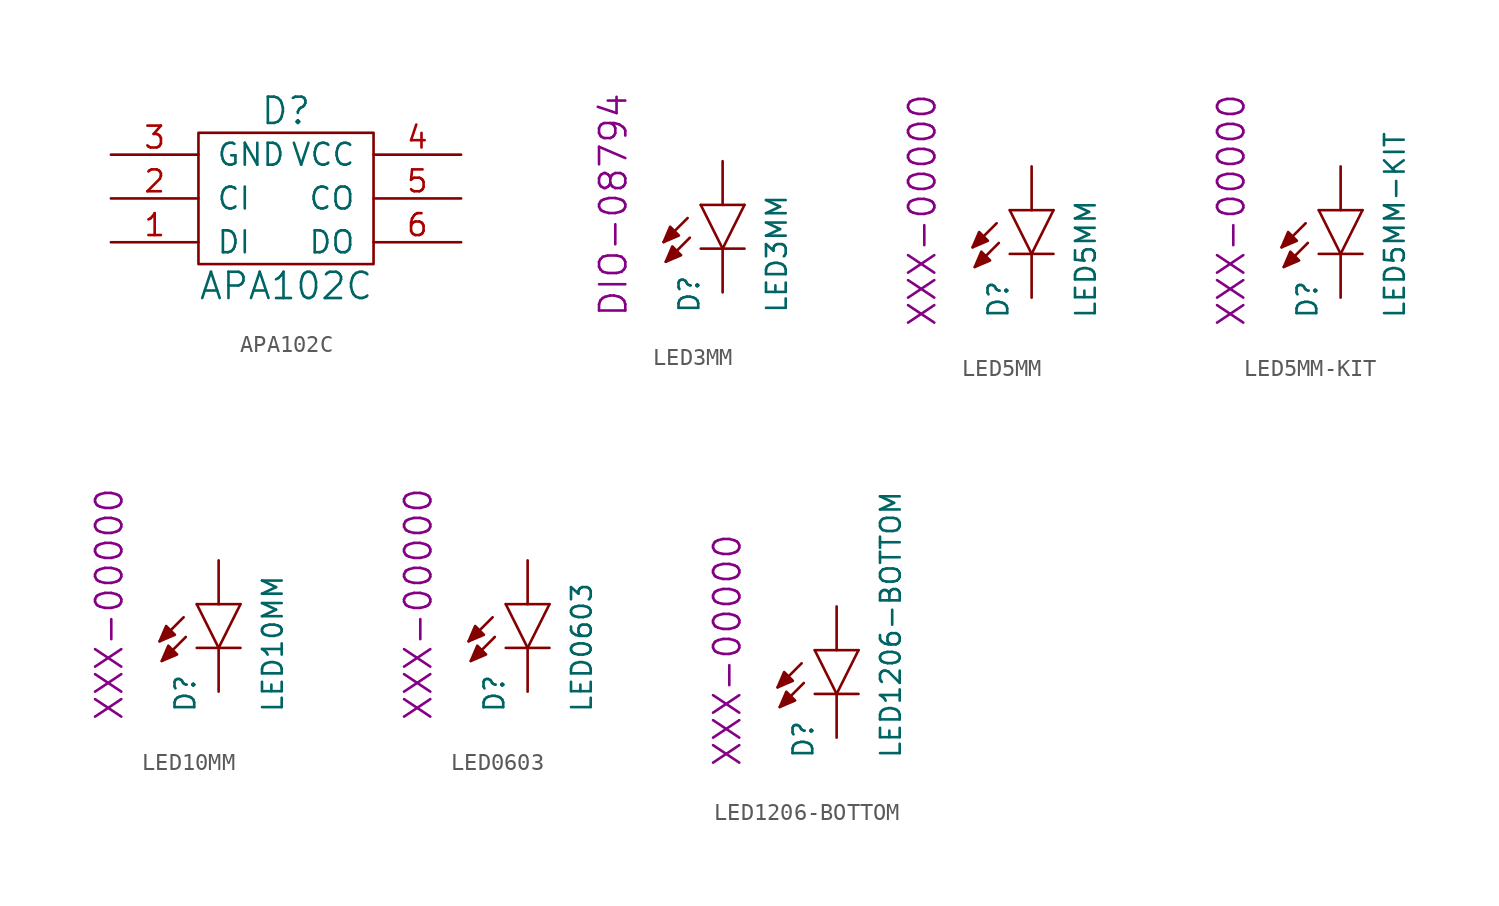
<source format=kicad_sym>
(kicad_symbol_lib
  (version 20211014)
  (generator kicad_symbol_editor)
  (symbol "APA102C"
    (pin_names
      (offset 1.016))
    (property "Reference" "D"
      (at 0 5.08 0)
      (effects (font (size 1.524 1.524))))
    (property "Value" "APA102C"
      (at 0 -5.08 0)
      (effects (font (size 1.524 1.524))))
    (symbol "APA102C_0_1"
      (rectangle (start -5.08 3.81) (end 5.08 -3.81) (stroke (width 0) (type default) (color 0 0 0 0)) (fill (type none))))
    (symbol "APA102C_1_1"
      (pin input line (at -10.16 -2.54 0) (length 5.08) (name "DI" (effects (font (size 1.27 1.27)))) (number "1" (effects (font (size 1.27 1.27)))))
      (pin input line (at -10.16 0 0) (length 5.08) (name "CI" (effects (font (size 1.27 1.27)))) (number "2" (effects (font (size 1.27 1.27)))))
      (pin power_out line (at -10.16 2.54 0) (length 5.08) (name "GND" (effects (font (size 1.27 1.27)))) (number "3" (effects (font (size 1.27 1.27)))))
      (pin power_in line (at 10.16 2.54 180) (length 5.08) (name "VCC" (effects (font (size 1.27 1.27)))) (number "4" (effects (font (size 1.27 1.27)))))
      (pin output line (at 10.16 0 180) (length 5.08) (name "CO" (effects (font (size 1.27 1.27)))) (number "5" (effects (font (size 1.27 1.27)))))
      (pin output line (at 10.16 -2.54 180) (length 5.08) (name "DO" (effects (font (size 1.27 1.27)))) (number "6" (effects (font (size 1.27 1.27)))))))
  (symbol "LED3MM"
    (pin_numbers hide)
    (pin_names
      (offset 1.016) hide)
    (property "Reference" "D"
      (at -1.27 -6.35 90)
      (effects (font (size 1.143 1.143)) (justify left bottom)))
    (property "Value" "LED3MM"
      (at 3.81 -6.35 90)
      (effects (font (size 1.143 1.143)) (justify left bottom)))
    (property "Field4" "DIO-08794"
      (at -6.35 0 90)
      (effects (font (size 1.524 1.524))))
    (property "ki_locked" ""
      (at 0 0 0)
      (effects (font (size 1.27 1.27))))
    (symbol "LED3MM_1_0"
      (polyline (pts (xy -2.032 -0.762) (xy -3.429 -2.159)) (stroke (width 0) (type default) (color 0 0 0 0)) (fill (type none)))
      (polyline (pts (xy -1.905 -1.905) (xy -3.302 -3.302)) (stroke (width 0) (type default) (color 0 0 0 0)) (fill (type none)))
      (polyline (pts (xy 0 -2.54) (xy -1.27 -2.54)) (stroke (width 0) (type default) (color 0 0 0 0)) (fill (type none)))
      (polyline (pts (xy 0 -2.54) (xy -1.27 0)) (stroke (width 0) (type default) (color 0 0 0 0)) (fill (type none)))
      (polyline (pts (xy 1.27 -2.54) (xy 0 -2.54)) (stroke (width 0) (type default) (color 0 0 0 0)) (fill (type none)))
      (polyline (pts (xy 1.27 0) (xy -1.27 0)) (stroke (width 0) (type default) (color 0 0 0 0)) (fill (type none)))
      (polyline (pts (xy 1.27 0) (xy 0 -2.54)) (stroke (width 0) (type default) (color 0 0 0 0)) (fill (type none))))
    (symbol "LED3MM_1_1"
      (polyline (pts (xy -3.429 -2.159) (xy -3.048 -1.27) (xy -3.048 -1.27) (xy -2.54 -1.778) (xy -2.54 -1.778) (xy -3.429 -2.159)) (stroke (width 0) (type default) (color 0 0 0 0)) (fill (type outline)))
      (polyline (pts (xy -3.302 -3.302) (xy -2.921 -2.413) (xy -2.921 -2.413) (xy -2.413 -2.921) (xy -2.413 -2.921) (xy -3.302 -3.302)) (stroke (width 0) (type default) (color 0 0 0 0)) (fill (type outline)))
      (pin passive line (at 0 2.54 270) (length 2.54) (name "A" (effects (font (size 1.016 1.016)))) (number "A" (effects (font (size 1.016 1.016)))))
      (pin passive line (at 0 -5.08 90) (length 2.54) (name "C" (effects (font (size 1.016 1.016)))) (number "K" (effects (font (size 1.016 1.016)))))))
  (symbol "LED5MM"
    (pin_numbers hide)
    (pin_names
      (offset 1.016) hide)
    (property "Reference" "D"
      (at -1.27 -6.35 90)
      (effects (font (size 1.143 1.143)) (justify left bottom)))
    (property "Value" "LED5MM"
      (at 3.81 -6.35 90)
      (effects (font (size 1.143 1.143)) (justify left bottom)))
    (property "Field4" "XXX-00000"
      (at -6.35 0 90)
      (effects (font (size 1.524 1.524))))
    (property "ki_locked" ""
      (at 0 0 0)
      (effects (font (size 1.27 1.27))))
    (symbol "LED5MM_1_0"
      (polyline (pts (xy -2.032 -0.762) (xy -3.429 -2.159)) (stroke (width 0) (type default) (color 0 0 0 0)) (fill (type none)))
      (polyline (pts (xy -1.905 -1.905) (xy -3.302 -3.302)) (stroke (width 0) (type default) (color 0 0 0 0)) (fill (type none)))
      (polyline (pts (xy 0 -2.54) (xy -1.27 -2.54)) (stroke (width 0) (type default) (color 0 0 0 0)) (fill (type none)))
      (polyline (pts (xy 0 -2.54) (xy -1.27 0)) (stroke (width 0) (type default) (color 0 0 0 0)) (fill (type none)))
      (polyline (pts (xy 1.27 -2.54) (xy 0 -2.54)) (stroke (width 0) (type default) (color 0 0 0 0)) (fill (type none)))
      (polyline (pts (xy 1.27 0) (xy -1.27 0)) (stroke (width 0) (type default) (color 0 0 0 0)) (fill (type none)))
      (polyline (pts (xy 1.27 0) (xy 0 -2.54)) (stroke (width 0) (type default) (color 0 0 0 0)) (fill (type none))))
    (symbol "LED5MM_1_1"
      (polyline (pts (xy -3.429 -2.159) (xy -3.048 -1.27) (xy -3.048 -1.27) (xy -2.54 -1.778) (xy -2.54 -1.778) (xy -3.429 -2.159)) (stroke (width 0) (type default) (color 0 0 0 0)) (fill (type outline)))
      (polyline (pts (xy -3.302 -3.302) (xy -2.921 -2.413) (xy -2.921 -2.413) (xy -2.413 -2.921) (xy -2.413 -2.921) (xy -3.302 -3.302)) (stroke (width 0) (type default) (color 0 0 0 0)) (fill (type outline)))
      (pin passive line (at 0 2.54 270) (length 2.54) (name "A" (effects (font (size 1.016 1.016)))) (number "A" (effects (font (size 1.016 1.016)))))
      (pin passive line (at 0 -5.08 90) (length 2.54) (name "C" (effects (font (size 1.016 1.016)))) (number "K" (effects (font (size 1.016 1.016)))))))
  (symbol "LED5MM-KIT"
    (pin_numbers hide)
    (pin_names
      (offset 1.016) hide)
    (property "Reference" "D"
      (at -1.27 -6.35 90)
      (effects (font (size 1.143 1.143)) (justify left bottom)))
    (property "Value" "LED5MM-KIT"
      (at 3.81 -6.35 90)
      (effects (font (size 1.143 1.143)) (justify left bottom)))
    (property "Field4" "XXX-00000"
      (at -6.35 0 90)
      (effects (font (size 1.524 1.524))))
    (property "ki_locked" ""
      (at 0 0 0)
      (effects (font (size 1.27 1.27))))
    (symbol "LED5MM-KIT_1_0"
      (polyline (pts (xy -2.032 -0.762) (xy -3.429 -2.159)) (stroke (width 0) (type default) (color 0 0 0 0)) (fill (type none)))
      (polyline (pts (xy -1.905 -1.905) (xy -3.302 -3.302)) (stroke (width 0) (type default) (color 0 0 0 0)) (fill (type none)))
      (polyline (pts (xy 0 -2.54) (xy -1.27 -2.54)) (stroke (width 0) (type default) (color 0 0 0 0)) (fill (type none)))
      (polyline (pts (xy 0 -2.54) (xy -1.27 0)) (stroke (width 0) (type default) (color 0 0 0 0)) (fill (type none)))
      (polyline (pts (xy 1.27 -2.54) (xy 0 -2.54)) (stroke (width 0) (type default) (color 0 0 0 0)) (fill (type none)))
      (polyline (pts (xy 1.27 0) (xy -1.27 0)) (stroke (width 0) (type default) (color 0 0 0 0)) (fill (type none)))
      (polyline (pts (xy 1.27 0) (xy 0 -2.54)) (stroke (width 0) (type default) (color 0 0 0 0)) (fill (type none))))
    (symbol "LED5MM-KIT_1_1"
      (polyline (pts (xy -3.429 -2.159) (xy -3.048 -1.27) (xy -3.048 -1.27) (xy -2.54 -1.778) (xy -2.54 -1.778) (xy -3.429 -2.159)) (stroke (width 0) (type default) (color 0 0 0 0)) (fill (type outline)))
      (polyline (pts (xy -3.302 -3.302) (xy -2.921 -2.413) (xy -2.921 -2.413) (xy -2.413 -2.921) (xy -2.413 -2.921) (xy -3.302 -3.302)) (stroke (width 0) (type default) (color 0 0 0 0)) (fill (type outline)))
      (pin passive line (at 0 2.54 270) (length 2.54) (name "A" (effects (font (size 1.016 1.016)))) (number "A" (effects (font (size 1.016 1.016)))))
      (pin passive line (at 0 -5.08 90) (length 2.54) (name "C" (effects (font (size 1.016 1.016)))) (number "K" (effects (font (size 1.016 1.016)))))))
  (symbol "LED10MM"
    (pin_numbers hide)
    (pin_names
      (offset 1.016) hide)
    (property "Reference" "D"
      (at -1.27 -6.35 90)
      (effects (font (size 1.143 1.143)) (justify left bottom)))
    (property "Value" "LED10MM"
      (at 3.81 -6.35 90)
      (effects (font (size 1.143 1.143)) (justify left bottom)))
    (property "Field4" "XXX-00000"
      (at -6.35 0 90)
      (effects (font (size 1.524 1.524))))
    (property "ki_locked" ""
      (at 0 0 0)
      (effects (font (size 1.27 1.27))))
    (symbol "LED10MM_1_0"
      (polyline (pts (xy -2.032 -0.762) (xy -3.429 -2.159)) (stroke (width 0) (type default) (color 0 0 0 0)) (fill (type none)))
      (polyline (pts (xy -1.905 -1.905) (xy -3.302 -3.302)) (stroke (width 0) (type default) (color 0 0 0 0)) (fill (type none)))
      (polyline (pts (xy 0 -2.54) (xy -1.27 -2.54)) (stroke (width 0) (type default) (color 0 0 0 0)) (fill (type none)))
      (polyline (pts (xy 0 -2.54) (xy -1.27 0)) (stroke (width 0) (type default) (color 0 0 0 0)) (fill (type none)))
      (polyline (pts (xy 1.27 -2.54) (xy 0 -2.54)) (stroke (width 0) (type default) (color 0 0 0 0)) (fill (type none)))
      (polyline (pts (xy 1.27 0) (xy -1.27 0)) (stroke (width 0) (type default) (color 0 0 0 0)) (fill (type none)))
      (polyline (pts (xy 1.27 0) (xy 0 -2.54)) (stroke (width 0) (type default) (color 0 0 0 0)) (fill (type none))))
    (symbol "LED10MM_1_1"
      (polyline (pts (xy -3.429 -2.159) (xy -3.048 -1.27) (xy -3.048 -1.27) (xy -2.54 -1.778) (xy -2.54 -1.778) (xy -3.429 -2.159)) (stroke (width 0) (type default) (color 0 0 0 0)) (fill (type outline)))
      (polyline (pts (xy -3.302 -3.302) (xy -2.921 -2.413) (xy -2.921 -2.413) (xy -2.413 -2.921) (xy -2.413 -2.921) (xy -3.302 -3.302)) (stroke (width 0) (type default) (color 0 0 0 0)) (fill (type outline)))
      (pin passive line (at 0 2.54 270) (length 2.54) (name "A" (effects (font (size 1.016 1.016)))) (number "A" (effects (font (size 1.016 1.016)))))
      (pin passive line (at 0 -5.08 90) (length 2.54) (name "C" (effects (font (size 1.016 1.016)))) (number "C" (effects (font (size 1.016 1.016)))))))
  (symbol "LED0603"
    (pin_numbers hide)
    (pin_names
      (offset 1.016) hide)
    (property "Reference" "D"
      (at -1.27 -6.35 90)
      (effects (font (size 1.143 1.143)) (justify left bottom)))
    (property "Value" "LED0603"
      (at 3.81 -6.35 90)
      (effects (font (size 1.143 1.143)) (justify left bottom)))
    (property "Field4" "XXX-00000"
      (at -6.35 0 90)
      (effects (font (size 1.524 1.524))))
    (property "ki_locked" ""
      (at 0 0 0)
      (effects (font (size 1.27 1.27))))
    (symbol "LED0603_1_0"
      (polyline (pts (xy -2.032 -0.762) (xy -3.429 -2.159)) (stroke (width 0) (type default) (color 0 0 0 0)) (fill (type none)))
      (polyline (pts (xy -1.905 -1.905) (xy -3.302 -3.302)) (stroke (width 0) (type default) (color 0 0 0 0)) (fill (type none)))
      (polyline (pts (xy 0 -2.54) (xy -1.27 -2.54)) (stroke (width 0) (type default) (color 0 0 0 0)) (fill (type none)))
      (polyline (pts (xy 0 -2.54) (xy -1.27 0)) (stroke (width 0) (type default) (color 0 0 0 0)) (fill (type none)))
      (polyline (pts (xy 1.27 -2.54) (xy 0 -2.54)) (stroke (width 0) (type default) (color 0 0 0 0)) (fill (type none)))
      (polyline (pts (xy 1.27 0) (xy -1.27 0)) (stroke (width 0) (type default) (color 0 0 0 0)) (fill (type none)))
      (polyline (pts (xy 1.27 0) (xy 0 -2.54)) (stroke (width 0) (type default) (color 0 0 0 0)) (fill (type none))))
    (symbol "LED0603_1_1"
      (polyline (pts (xy -3.429 -2.159) (xy -3.048 -1.27) (xy -3.048 -1.27) (xy -2.54 -1.778) (xy -2.54 -1.778) (xy -3.429 -2.159)) (stroke (width 0) (type default) (color 0 0 0 0)) (fill (type outline)))
      (polyline (pts (xy -3.302 -3.302) (xy -2.921 -2.413) (xy -2.921 -2.413) (xy -2.413 -2.921) (xy -2.413 -2.921) (xy -3.302 -3.302)) (stroke (width 0) (type default) (color 0 0 0 0)) (fill (type outline)))
      (pin passive line (at 0 2.54 270) (length 2.54) (name "A" (effects (font (size 1.016 1.016)))) (number "A" (effects (font (size 1.016 1.016)))))
      (pin passive line (at 0 -5.08 90) (length 2.54) (name "C" (effects (font (size 1.016 1.016)))) (number "C" (effects (font (size 1.016 1.016)))))))
  (symbol "LED1206-BOTTOM"
    (pin_numbers hide)
    (pin_names
      (offset 1.016) hide)
    (property "Reference" "D"
      (at -1.27 -6.35 90)
      (effects (font (size 1.143 1.143)) (justify left bottom)))
    (property "Value" "LED1206-BOTTOM"
      (at 3.81 -6.35 90)
      (effects (font (size 1.143 1.143)) (justify left bottom)))
    (property "Field4" "XXX-00000"
      (at -6.35 0 90)
      (effects (font (size 1.524 1.524))))
    (property "ki_locked" ""
      (at 0 0 0)
      (effects (font (size 1.27 1.27))))
    (symbol "LED1206-BOTTOM_1_0"
      (polyline (pts (xy -2.032 -0.762) (xy -3.429 -2.159)) (stroke (width 0) (type default) (color 0 0 0 0)) (fill (type none)))
      (polyline (pts (xy -1.905 -1.905) (xy -3.302 -3.302)) (stroke (width 0) (type default) (color 0 0 0 0)) (fill (type none)))
      (polyline (pts (xy 0 -2.54) (xy -1.27 -2.54)) (stroke (width 0) (type default) (color 0 0 0 0)) (fill (type none)))
      (polyline (pts (xy 0 -2.54) (xy -1.27 0)) (stroke (width 0) (type default) (color 0 0 0 0)) (fill (type none)))
      (polyline (pts (xy 1.27 -2.54) (xy 0 -2.54)) (stroke (width 0) (type default) (color 0 0 0 0)) (fill (type none)))
      (polyline (pts (xy 1.27 0) (xy -1.27 0)) (stroke (width 0) (type default) (color 0 0 0 0)) (fill (type none)))
      (polyline (pts (xy 1.27 0) (xy 0 -2.54)) (stroke (width 0) (type default) (color 0 0 0 0)) (fill (type none))))
    (symbol "LED1206-BOTTOM_1_1"
      (polyline (pts (xy -3.429 -2.159) (xy -3.048 -1.27) (xy -3.048 -1.27) (xy -2.54 -1.778) (xy -2.54 -1.778) (xy -3.429 -2.159)) (stroke (width 0) (type default) (color 0 0 0 0)) (fill (type outline)))
      (polyline (pts (xy -3.302 -3.302) (xy -2.921 -2.413) (xy -2.921 -2.413) (xy -2.413 -2.921) (xy -2.413 -2.921) (xy -3.302 -3.302)) (stroke (width 0) (type default) (color 0 0 0 0)) (fill (type outline)))
      (pin passive line (at 0 2.54 270) (length 2.54) (name "A" (effects (font (size 1.016 1.016)))) (number "A" (effects (font (size 1.016 1.016)))))
      (pin passive line (at 0 -5.08 90) (length 2.54) (name "C" (effects (font (size 1.016 1.016)))) (number "C" (effects (font (size 1.016 1.016))))))))
</source>
